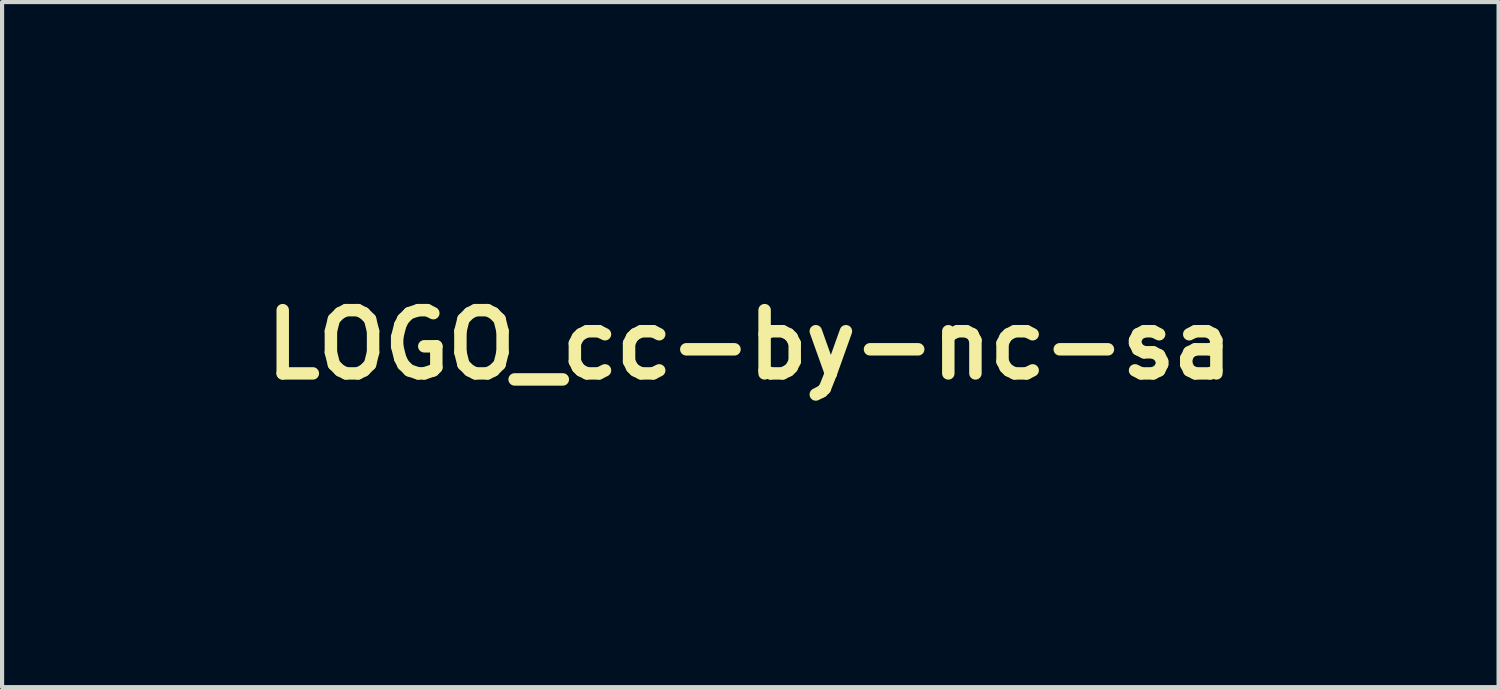
<source format=kicad_pcb>
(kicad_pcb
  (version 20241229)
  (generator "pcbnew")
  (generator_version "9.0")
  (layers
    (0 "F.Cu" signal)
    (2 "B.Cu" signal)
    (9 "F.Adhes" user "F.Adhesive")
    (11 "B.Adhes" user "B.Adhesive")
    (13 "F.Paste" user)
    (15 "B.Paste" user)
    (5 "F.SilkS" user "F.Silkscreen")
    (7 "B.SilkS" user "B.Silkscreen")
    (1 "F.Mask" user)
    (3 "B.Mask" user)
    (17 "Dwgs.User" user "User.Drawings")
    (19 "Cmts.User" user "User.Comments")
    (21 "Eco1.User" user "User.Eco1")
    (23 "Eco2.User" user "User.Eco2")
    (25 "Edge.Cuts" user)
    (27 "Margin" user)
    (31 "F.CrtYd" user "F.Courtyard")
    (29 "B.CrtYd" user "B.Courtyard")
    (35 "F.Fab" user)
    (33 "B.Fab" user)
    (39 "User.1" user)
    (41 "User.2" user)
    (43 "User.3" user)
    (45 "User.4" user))
  (footprint "LOGO_cc-by-nc-sa"
    (layer "F.Cu")
    (at 15.011 5.258)
    (property "Reference" "LOGO_cc-by-nc-sa" (at 0 0 0) (layer "F.SilkS") (effects (font (size 1.524 1.524) (thickness 0.3))))
    (attr board_only exclude_from_pos_files exclude_from_bom)
    (fp_poly (pts (xy -2.885 3.243) (xy -2.765 3.304) (xy -2.715 3.408) (xy -2.714 3.436) (xy -2.753 3.526) (xy -2.869 3.582) (xy -3.062 3.604) (xy -3.093 3.604) (xy -3.308 3.604) (xy -3.308 3.223) (xy -3.077 3.223)) (stroke (width 0) (type solid)) (fill yes) (layer "F.Mask"))
    (fp_poly (pts (xy 11.598 3.607) (xy 11.643 3.743) (xy 11.679 3.849) (xy 11.693 3.891) (xy 11.677 3.925) (xy 11.591 3.942) (xy 11.514 3.944) (xy 11.395 3.94) (xy 11.342 3.924) (xy 11.336 3.883) (xy 11.346 3.848) (xy 11.379 3.75) (xy 11.428 3.617) (xy 11.449 3.565) (xy 11.522 3.376)) (stroke (width 0) (type solid)) (fill yes) (layer "F.Mask"))
    (fp_poly (pts (xy -1.857 -3.305) (xy -1.737 -3.209) (xy -1.665 -3.071) (xy -1.654 -2.98) (xy -1.69 -2.821) (xy -1.784 -2.696) (xy -1.916 -2.616) (xy -2.067 -2.588) (xy -2.217 -2.623) (xy -2.313 -2.691) (xy -2.406 -2.836) (xy -2.429 -3.001) (xy -2.382 -3.159) (xy -2.306 -3.255) (xy -2.162 -3.336) (xy -2.006 -3.35)) (stroke (width 0) (type solid)) (fill yes) (layer "F.Mask"))
    (fp_poly (pts (xy -2.897 3.87) (xy -2.766 3.906) (xy -2.695 3.974) (xy -2.672 4.081) (xy -2.671 4.092) (xy -2.684 4.202) (xy -2.734 4.262) (xy -2.78 4.284) (xy -2.886 4.309) (xy -3.021 4.322) (xy -3.153 4.323) (xy -3.251 4.31) (xy -3.279 4.297) (xy -3.296 4.241) (xy -3.306 4.131) (xy -3.308 4.064) (xy -3.308 3.859) (xy -3.098 3.859)) (stroke (width 0) (type solid)) (fill yes) (layer "F.Mask"))
    (fp_poly (pts (xy -1.794 -2.416) (xy -1.608 -2.41) (xy -1.48 -2.4) (xy -1.399 -2.384) (xy -1.35 -2.36) (xy -1.339 -2.35) (xy -1.312 -2.308) (xy -1.293 -2.237) (xy -1.281 -2.123) (xy -1.274 -1.954) (xy -1.272 -1.714) (xy -1.272 -1.674) (xy -1.272 -1.065) (xy -1.431 -1.052) (xy -1.59 -1.039) (xy -1.602 -0.329) (xy -1.613 0.382) (xy -2.029 0.382) (xy -2.209 0.379) (xy -2.356 0.372) (xy -2.451 0.361) (xy -2.474 0.353) (xy -2.483 0.303) (xy -2.491 0.184) (xy -2.497 0.009) (xy -2.501 -0.207) (xy -2.502 -0.368) (xy -2.502 -1.06) (xy -2.799 -1.06) (xy -2.799 -1.688) (xy -2.796 -1.974) (xy -2.786 -2.18) (xy -2.77 -2.31) (xy -2.748 -2.366) (xy -2.688 -2.389) (xy -2.557 -2.405) (xy -2.35 -2.414) (xy -2.064 -2.417) (xy -2.051 -2.417)) (stroke (width 0) (type solid)) (fill yes) (layer "F.Mask"))
    (fp_poly (pts (xy -10.421 -1.495) (xy -10.168 -1.368) (xy -10.023 -1.248) (xy -9.929 -1.144) (xy -9.869 -1.062) (xy -9.857 -1.021) (xy -9.906 -0.982) (xy -10.006 -0.923) (xy -10.097 -0.875) (xy -10.313 -0.767) (xy -10.452 -0.914) (xy -10.554 -1.008) (xy -10.652 -1.05) (xy -10.781 -1.06) (xy -10.981 -1.025) (xy -11.14 -0.925) (xy -11.243 -0.77) (xy -11.244 -0.768) (xy -11.274 -0.633) (xy -11.286 -0.452) (xy -11.281 -0.254) (xy -11.261 -0.072) (xy -11.226 0.063) (xy -11.218 0.081) (xy -11.1 0.226) (xy -10.942 0.311) (xy -10.763 0.331) (xy -10.583 0.287) (xy -10.422 0.175) (xy -10.406 0.159) (xy -10.275 0.016) (xy -10.056 0.123) (xy -9.938 0.186) (xy -9.859 0.239) (xy -9.838 0.263) (xy -9.869 0.327) (xy -9.949 0.422) (xy -10.059 0.53) (xy -10.179 0.633) (xy -10.291 0.713) (xy -10.322 0.73) (xy -10.547 0.807) (xy -10.811 0.837) (xy -11.08 0.818) (xy -11.272 0.77) (xy -11.534 0.633) (xy -11.747 0.429) (xy -11.879 0.216) (xy -11.928 0.096) (xy -11.957 -0.032) (xy -11.97 -0.195) (xy -11.972 -0.36) (xy -11.96 -0.624) (xy -11.923 -0.828) (xy -11.852 -1) (xy -11.74 -1.162) (xy -11.722 -1.183) (xy -11.512 -1.37) (xy -11.261 -1.495) (xy -10.984 -1.558) (xy -10.698 -1.558)) (stroke (width 0) (type solid)) (fill yes) (layer "F.Mask"))
    (fp_poly (pts (xy -8.319 -1.539) (xy -8.052 -1.452) (xy -7.82 -1.304) (xy -7.724 -1.21) (xy -7.645 -1.114) (xy -7.597 -1.043) (xy -7.59 -1.025) (xy -7.625 -0.991) (xy -7.717 -0.935) (xy -7.826 -0.877) (xy -8.061 -0.762) (xy -8.202 -0.911) (xy -8.305 -1.006) (xy -8.402 -1.05) (xy -8.529 -1.06) (xy -8.733 -1.027) (xy -8.886 -0.928) (xy -8.987 -0.761) (xy -9.038 -0.527) (xy -9.045 -0.382) (xy -9.02 -0.105) (xy -8.945 0.106) (xy -8.819 0.251) (xy -8.644 0.327) (xy -8.515 0.339) (xy -8.369 0.313) (xy -8.227 0.246) (xy -8.118 0.155) (xy -8.079 0.089) (xy -8.061 0.044) (xy -8.03 0.029) (xy -7.966 0.048) (xy -7.851 0.102) (xy -7.821 0.116) (xy -7.699 0.184) (xy -7.615 0.245) (xy -7.59 0.279) (xy -7.622 0.348) (xy -7.705 0.446) (xy -7.819 0.555) (xy -7.944 0.656) (xy -8.062 0.731) (xy -8.078 0.739) (xy -8.247 0.793) (xy -8.461 0.825) (xy -8.685 0.834) (xy -8.882 0.816) (xy -8.944 0.801) (xy -9.173 0.695) (xy -9.387 0.531) (xy -9.553 0.336) (xy -9.572 0.306) (xy -9.624 0.211) (xy -9.658 0.124) (xy -9.678 0.024) (xy -9.687 -0.112) (xy -9.689 -0.306) (xy -9.689 -0.36) (xy -9.684 -0.611) (xy -9.664 -0.799) (xy -9.622 -0.945) (xy -9.548 -1.072) (xy -9.437 -1.202) (xy -9.363 -1.275) (xy -9.141 -1.434) (xy -8.881 -1.531) (xy -8.601 -1.566)) (stroke (width 0) (type solid)) (fill yes) (layer "F.Mask"))
    (fp_poly (pts (xy 11.341 -2.986) (xy 11.495 -2.953) (xy 11.795 -2.822) (xy 12.049 -2.622) (xy 12.248 -2.36) (xy 12.288 -2.288) (xy 12.433 -1.921) (xy 12.494 -1.556) (xy 12.471 -1.197) (xy 12.471 -1.195) (xy 12.367 -0.834) (xy 12.202 -0.527) (xy 11.979 -0.279) (xy 11.702 -0.092) (xy 11.375 0.027) (xy 11.33 0.037) (xy 11.088 0.075) (xy 10.877 0.073) (xy 10.655 0.031) (xy 10.635 0.025) (xy 10.365 -0.085) (xy 10.127 -0.255) (xy 9.937 -0.469) (xy 9.811 -0.712) (xy 9.793 -0.772) (xy 9.758 -0.894) (xy 9.729 -0.986) (xy 9.725 -0.999) (xy 9.727 -1.029) (xy 9.772 -1.048) (xy 9.874 -1.057) (xy 10.045 -1.06) (xy 10.057 -1.06) (xy 10.413 -1.06) (xy 10.475 -0.884) (xy 10.568 -0.709) (xy 10.709 -0.595) (xy 10.909 -0.532) (xy 10.965 -0.524) (xy 11.203 -0.532) (xy 11.405 -0.614) (xy 11.566 -0.764) (xy 11.682 -0.978) (xy 11.749 -1.25) (xy 11.765 -1.484) (xy 11.741 -1.8) (xy 11.665 -2.057) (xy 11.541 -2.251) (xy 11.374 -2.377) (xy 11.164 -2.434) (xy 10.917 -2.417) (xy 10.902 -2.413) (xy 10.71 -2.348) (xy 10.578 -2.243) (xy 10.489 -2.09) (xy 10.446 -1.982) (xy 10.439 -1.93) (xy 10.472 -1.909) (xy 10.518 -1.901) (xy 10.551 -1.886) (xy 10.545 -1.85) (xy 10.493 -1.783) (xy 10.388 -1.673) (xy 10.337 -1.622) (xy 10.069 -1.357) (xy 9.795 -1.633) (xy 9.669 -1.762) (xy 9.597 -1.843) (xy 9.573 -1.887) (xy 9.59 -1.905) (xy 9.63 -1.908) (xy 9.692 -1.918) (xy 9.737 -1.959) (xy 9.778 -2.051) (xy 9.813 -2.161) (xy 9.927 -2.419) (xy 10.099 -2.652) (xy 10.31 -2.836) (xy 10.405 -2.893) (xy 10.593 -2.958) (xy 10.831 -2.997) (xy 11.091 -3.007)) (stroke (width 0) (type solid)) (fill yes) (layer "F.Mask"))
    (fp_poly (pts (xy -1.514 -4.358) (xy -1.07 -4.24) (xy -0.649 -4.056) (xy -0.262 -3.808) (xy 0.083 -3.499) (xy 0.377 -3.133) (xy 0.531 -2.875) (xy 0.699 -2.474) (xy 0.805 -2.038) (xy 0.849 -1.584) (xy 0.831 -1.13) (xy 0.751 -0.693) (xy 0.608 -0.291) (xy 0.552 -0.177) (xy 0.28 0.246) (xy -0.053 0.611) (xy -0.443 0.915) (xy -0.886 1.154) (xy -1.187 1.27) (xy -1.402 1.321) (xy -1.671 1.359) (xy -1.963 1.38) (xy -2.249 1.383) (xy -2.497 1.367) (xy -2.573 1.356) (xy -3.019 1.233) (xy -3.439 1.036) (xy -3.827 0.773) (xy -4.171 0.453) (xy -4.464 0.084) (xy -4.696 -0.325) (xy -4.858 -0.766) (xy -4.879 -0.848) (xy -4.914 -1.067) (xy -4.93 -1.339) (xy -4.93 -1.357) (xy -4.413 -1.357) (xy -4.389 -1.068) (xy -4.344 -0.848) (xy -4.198 -0.491) (xy -3.982 -0.147) (xy -3.709 0.168) (xy -3.396 0.438) (xy -3.056 0.65) (xy -2.835 0.745) (xy -2.514 0.827) (xy -2.153 0.864) (xy -1.785 0.854) (xy -1.443 0.798) (xy -1.394 0.784) (xy -1.08 0.671) (xy -0.796 0.515) (xy -0.521 0.301) (xy -0.359 0.148) (xy -0.072 -0.18) (xy 0.135 -0.52) (xy 0.268 -0.885) (xy 0.332 -1.287) (xy 0.339 -1.505) (xy 0.3 -1.953) (xy 0.183 -2.368) (xy -0.013 -2.75) (xy -0.288 -3.101) (xy -0.402 -3.217) (xy -0.764 -3.508) (xy -1.152 -3.719) (xy -1.562 -3.848) (xy -1.992 -3.896) (xy -2.44 -3.861) (xy -2.555 -3.839) (xy -2.936 -3.717) (xy -3.298 -3.522) (xy -3.63 -3.266) (xy -3.919 -2.96) (xy -4.152 -2.616) (xy -4.316 -2.245) (xy -4.328 -2.208) (xy -4.382 -1.959) (xy -4.41 -1.665) (xy -4.413 -1.357) (xy -4.93 -1.357) (xy -4.929 -1.633) (xy -4.911 -1.918) (xy -4.876 -2.165) (xy -4.857 -2.247) (xy -4.707 -2.663) (xy -4.487 -3.062) (xy -4.208 -3.429) (xy -3.883 -3.751) (xy -3.525 -4.011) (xy -3.35 -4.107) (xy -2.901 -4.284) (xy -2.439 -4.383) (xy -1.974 -4.406)) (stroke (width 0) (type solid)) (fill yes) (layer "F.Mask"))
    (fp_poly (pts (xy 11.371 -4.385) (xy 11.79 -4.316) (xy 12 -4.256) (xy 12.319 -4.115) (xy 12.647 -3.912) (xy 12.964 -3.663) (xy 13.248 -3.386) (xy 13.479 -3.096) (xy 13.563 -2.961) (xy 13.756 -2.537) (xy 13.879 -2.085) (xy 13.931 -1.618) (xy 13.913 -1.149) (xy 13.824 -0.693) (xy 13.665 -0.263) (xy 13.541 -0.032) (xy 13.252 0.366) (xy 12.902 0.71) (xy 12.502 0.994) (xy 12.062 1.208) (xy 11.818 1.29) (xy 11.619 1.331) (xy 11.366 1.362) (xy 11.092 1.379) (xy 10.826 1.381) (xy 10.599 1.368) (xy 10.537 1.359) (xy 10.17 1.267) (xy 9.795 1.119) (xy 9.449 0.931) (xy 9.397 0.896) (xy 9.241 0.773) (xy 9.059 0.602) (xy 8.873 0.405) (xy 8.702 0.206) (xy 8.569 0.026) (xy 8.564 0.019) (xy 8.395 -0.273) (xy 8.275 -0.561) (xy 8.199 -0.87) (xy 8.159 -1.224) (xy 8.15 -1.399) (xy 8.15 -1.505) (xy 8.65 -1.505) (xy 8.685 -1.075) (xy 8.791 -0.682) (xy 8.973 -0.318) (xy 9.233 0.027) (xy 9.35 0.151) (xy 9.685 0.436) (xy 10.05 0.655) (xy 10.434 0.799) (xy 10.771 0.86) (xy 11.022 0.866) (xy 11.303 0.846) (xy 11.574 0.804) (xy 11.767 0.754) (xy 12.148 0.588) (xy 12.507 0.344) (xy 12.75 0.124) (xy 13.022 -0.197) (xy 13.217 -0.543) (xy 13.341 -0.922) (xy 13.396 -1.345) (xy 13.4 -1.505) (xy 13.367 -1.948) (xy 13.267 -2.344) (xy 13.095 -2.706) (xy 12.846 -3.045) (xy 12.698 -3.202) (xy 12.351 -3.489) (xy 11.976 -3.701) (xy 11.579 -3.838) (xy 11.171 -3.899) (xy 10.76 -3.885) (xy 10.355 -3.795) (xy 9.965 -3.63) (xy 9.599 -3.389) (xy 9.37 -3.184) (xy 9.078 -2.847) (xy 8.865 -2.502) (xy 8.727 -2.136) (xy 8.66 -1.738) (xy 8.65 -1.505) (xy 8.15 -1.505) (xy 8.149 -1.743) (xy 8.173 -2.03) (xy 8.226 -2.289) (xy 8.315 -2.546) (xy 8.422 -2.783) (xy 8.644 -3.154) (xy 8.929 -3.503) (xy 9.259 -3.811) (xy 9.614 -4.06) (xy 9.731 -4.123) (xy 10.092 -4.267) (xy 10.5 -4.359) (xy 10.934 -4.399)) (stroke (width 0) (type solid)) (fill yes) (layer "F.Mask"))
    (fp_poly (pts (xy -9.493 -4.254) (xy -9.154 -4.229) (xy -8.86 -4.185) (xy -8.756 -4.161) (xy -8.227 -3.975) (xy -7.734 -3.718) (xy -7.284 -3.395) (xy -6.883 -3.014) (xy -6.54 -2.581) (xy -6.259 -2.104) (xy -6.048 -1.589) (xy -5.955 -1.251) (xy -5.916 -1.015) (xy -5.89 -0.727) (xy -5.879 -0.412) (xy -5.881 -0.098) (xy -5.898 0.189) (xy -5.929 0.423) (xy -5.934 0.445) (xy -6.095 0.996) (xy -6.331 1.511) (xy -6.638 1.984) (xy -7.009 2.409) (xy -7.442 2.779) (xy -7.93 3.089) (xy -7.937 3.092) (xy -8.441 3.317) (xy -8.974 3.469) (xy -9.522 3.546) (xy -10.069 3.547) (xy -10.456 3.498) (xy -10.995 3.357) (xy -11.512 3.138) (xy -11.995 2.848) (xy -12.433 2.493) (xy -12.818 2.08) (xy -12.835 2.058) (xy -13.167 1.575) (xy -13.418 1.067) (xy -13.589 0.538) (xy -13.677 -0.012) (xy -13.682 -0.472) (xy -12.975 -0.472) (xy -12.962 -0.024) (xy -12.895 0.409) (xy -12.775 0.807) (xy -12.697 0.983) (xy -12.43 1.428) (xy -12.103 1.826) (xy -11.725 2.168) (xy -11.307 2.448) (xy -10.856 2.658) (xy -10.459 2.775) (xy -10.182 2.817) (xy -9.86 2.834) (xy -9.529 2.827) (xy -9.224 2.797) (xy -9.115 2.777) (xy -8.646 2.638) (xy -8.201 2.426) (xy -7.791 2.151) (xy -7.425 1.822) (xy -7.114 1.446) (xy -6.869 1.033) (xy -6.78 0.828) (xy -6.672 0.5) (xy -6.606 0.168) (xy -6.578 -0.193) (xy -6.583 -0.547) (xy -6.6 -0.819) (xy -6.628 -1.037) (xy -6.673 -1.234) (xy -6.718 -1.378) (xy -6.923 -1.858) (xy -7.197 -2.293) (xy -7.535 -2.676) (xy -7.93 -3.003) (xy -8.377 -3.268) (xy -8.802 -3.443) (xy -8.926 -3.481) (xy -9.043 -3.508) (xy -9.174 -3.525) (xy -9.335 -3.535) (xy -9.548 -3.54) (xy -9.774 -3.541) (xy -10.042 -3.539) (xy -10.245 -3.534) (xy -10.4 -3.523) (xy -10.527 -3.504) (xy -10.645 -3.475) (xy -10.749 -3.442) (xy -11.195 -3.251) (xy -11.616 -2.985) (xy -12.002 -2.654) (xy -12.342 -2.267) (xy -12.628 -1.833) (xy -12.696 -1.704) (xy -12.842 -1.333) (xy -12.936 -0.915) (xy -12.975 -0.472) (xy -13.682 -0.472) (xy -13.683 -0.578) (xy -13.682 -0.589) (xy -13.609 -1.158) (xy -13.467 -1.683) (xy -13.251 -2.173) (xy -12.957 -2.635) (xy -12.62 -3.038) (xy -12.215 -3.425) (xy -11.789 -3.735) (xy -11.33 -3.974) (xy -10.828 -4.152) (xy -10.792 -4.162) (xy -10.527 -4.214) (xy -10.205 -4.247) (xy -9.852 -4.26)) (stroke (width 0) (type solid)) (fill yes) (layer "F.Mask"))
    (fp_poly (pts (xy 4.943 -4.37) (xy 5.413 -4.265) (xy 5.852 -4.091) (xy 5.903 -4.065) (xy 6.146 -3.907) (xy 6.402 -3.693) (xy 6.65 -3.442) (xy 6.869 -3.174) (xy 7.041 -2.912) (xy 7.068 -2.862) (xy 7.211 -2.546) (xy 7.306 -2.242) (xy 7.36 -1.92) (xy 7.378 -1.551) (xy 7.378 -1.505) (xy 7.347 -1.015) (xy 7.251 -0.574) (xy 7.085 -0.172) (xy 6.847 0.2) (xy 6.574 0.511) (xy 6.192 0.842) (xy 5.783 1.093) (xy 5.346 1.264) (xy 4.877 1.358) (xy 4.647 1.375) (xy 4.45 1.381) (xy 4.272 1.382) (xy 4.139 1.378) (xy 4.092 1.374) (xy 3.628 1.265) (xy 3.191 1.081) (xy 2.788 0.829) (xy 2.429 0.517) (xy 2.121 0.154) (xy 1.875 -0.255) (xy 1.697 -0.7) (xy 1.667 -0.806) (xy 1.618 -1.081) (xy 1.597 -1.403) (xy 1.599 -1.493) (xy 2.114 -1.493) (xy 2.143 -1.086) (xy 2.235 -0.72) (xy 2.395 -0.382) (xy 2.63 -0.056) (xy 2.82 0.149) (xy 3.12 0.417) (xy 3.419 0.614) (xy 3.736 0.753) (xy 3.793 0.772) (xy 4.083 0.835) (xy 4.416 0.861) (xy 4.756 0.85) (xy 5.068 0.802) (xy 5.136 0.784) (xy 5.534 0.628) (xy 5.908 0.391) (xy 6.109 0.222) (xy 6.262 0.071) (xy 6.395 -0.076) (xy 6.496 -0.206) (xy 6.556 -0.305) (xy 6.565 -0.361) (xy 6.563 -0.363) (xy 6.519 -0.387) (xy 6.416 -0.436) (xy 6.271 -0.503) (xy 6.103 -0.579) (xy 5.927 -0.656) (xy 5.76 -0.729) (xy 5.621 -0.788) (xy 5.526 -0.827) (xy 5.491 -0.837) (xy 5.473 -0.795) (xy 5.437 -0.706) (xy 5.432 -0.694) (xy 5.312 -0.504) (xy 5.124 -0.35) (xy 4.911 -0.252) (xy 4.686 -0.176) (xy 4.673 0.039) (xy 4.663 0.166) (xy 4.642 0.229) (xy 4.593 0.252) (xy 4.514 0.254) (xy 4.368 0.254) (xy 4.368 -0.2) (xy 4.177 -0.227) (xy 4.04 -0.259) (xy 3.881 -0.315) (xy 3.728 -0.384) (xy 3.605 -0.454) (xy 3.539 -0.512) (xy 3.551 -0.565) (xy 3.611 -0.655) (xy 3.69 -0.743) (xy 3.87 -0.927) (xy 4.038 -0.816) (xy 4.207 -0.733) (xy 4.394 -0.687) (xy 4.574 -0.681) (xy 4.722 -0.715) (xy 4.787 -0.759) (xy 4.851 -0.863) (xy 4.875 -0.987) (xy 4.854 -1.095) (xy 4.823 -1.135) (xy 4.761 -1.171) (xy 4.644 -1.229) (xy 4.493 -1.297) (xy 4.452 -1.315) (xy 4.267 -1.396) (xy 4.08 -1.479) (xy 3.93 -1.546) (xy 3.922 -1.549) (xy 3.733 -1.634) (xy 3.514 -1.731) (xy 3.279 -1.836) (xy 3.04 -1.941) (xy 2.811 -2.042) (xy 2.604 -2.132) (xy 2.431 -2.207) (xy 2.306 -2.261) (xy 2.241 -2.288) (xy 2.235 -2.29) (xy 2.21 -2.251) (xy 2.184 -2.147) (xy 2.158 -2) (xy 2.135 -1.828) (xy 2.119 -1.652) (xy 2.114 -1.493) (xy 1.599 -1.493) (xy 1.603 -1.737) (xy 1.637 -2.051) (xy 1.673 -2.226) (xy 1.823 -2.651) (xy 1.913 -2.817) (xy 2.502 -2.817) (xy 2.528 -2.792) (xy 2.61 -2.746) (xy 2.754 -2.676) (xy 2.967 -2.578) (xy 3.169 -2.488) (xy 3.6 -2.297) (xy 3.685 -2.441) (xy 3.831 -2.61) (xy 4.031 -2.732) (xy 4.209 -2.783) (xy 4.368 -2.81) (xy 4.368 -3.265) (xy 4.66 -3.265) (xy 4.673 -3.043) (xy 4.686 -2.822) (xy 4.862 -2.792) (xy 4.986 -2.761) (xy 5.124 -2.711) (xy 5.252 -2.653) (xy 5.347 -2.598) (xy 5.385 -2.556) (xy 5.385 -2.556) (xy 5.358 -2.512) (xy 5.287 -2.429) (xy 5.213 -2.35) (xy 5.04 -2.175) (xy 4.886 -2.253) (xy 4.724 -2.311) (xy 4.557 -2.329) (xy 4.405 -2.311) (xy 4.284 -2.261) (xy 4.215 -2.183) (xy 4.206 -2.111) (xy 4.225 -2.08) (xy 4.277 -2.038) (xy 4.37 -1.982) (xy 4.51 -1.908) (xy 4.704 -1.814) (xy 4.959 -1.695) (xy 5.281 -1.547) (xy 5.47 -1.462) (xy 5.775 -1.326) (xy 6.056 -1.201) (xy 6.303 -1.092) (xy 6.507 -1.003) (xy 6.659 -0.938) (xy 6.749 -0.901) (xy 6.768 -0.895) (xy 6.805 -0.929) (xy 6.836 -1.02) (xy 6.842 -1.049) (xy 6.873 -1.422) (xy 6.849 -1.809) (xy 6.775 -2.186) (xy 6.656 -2.527) (xy 6.567 -2.7) (xy 6.309 -3.056) (xy 6.002 -3.352) (xy 5.656 -3.586) (xy 5.282 -3.755) (xy 4.887 -3.858) (xy 4.482 -3.893) (xy 4.077 -3.858) (xy 3.681 -3.751) (xy 3.304 -3.57) (xy 3.047 -3.391) (xy 2.929 -3.289) (xy 2.801 -3.167) (xy 2.68 -3.043) (xy 2.579 -2.931) (xy 2.516 -2.848) (xy 2.502 -2.817) (xy 1.913 -2.817) (xy 2.042 -3.054) (xy 2.32 -3.424) (xy 2.646 -3.747) (xy 3.009 -4.014) (xy 3.399 -4.212) (xy 3.52 -4.256) (xy 3.978 -4.367) (xy 4.458 -4.404)) (stroke (width 0) (type solid)) (fill yes) (layer "F.Mask"))
    (fp_poly (pts (xy 1.344 -5.258) (xy 2.584 -5.258) (xy 3.745 -5.258) (xy 4.829 -5.258) (xy 5.839 -5.257) (xy 6.777 -5.257) (xy 7.646 -5.257) (xy 8.45 -5.256) (xy 9.189 -5.256) (xy 9.868 -5.255) (xy 10.489 -5.254) (xy 11.054 -5.253) (xy 11.566 -5.252) (xy 12.028 -5.25) (xy 12.443 -5.249) (xy 12.812 -5.247) (xy 13.14 -5.245) (xy 13.428 -5.242) (xy 13.678 -5.24) (xy 13.895 -5.237) (xy 14.08 -5.233) (xy 14.236 -5.23) (xy 14.366 -5.226) (xy 14.472 -5.222) (xy 14.557 -5.217) (xy 14.624 -5.212) (xy 14.675 -5.206) (xy 14.713 -5.201) (xy 14.741 -5.194) (xy 14.761 -5.188) (xy 14.777 -5.181) (xy 14.786 -5.175) (xy 14.826 -5.153) (xy 14.862 -5.133) (xy 14.893 -5.113) (xy 14.921 -5.086) (xy 14.946 -5.05) (xy 14.967 -4.998) (xy 14.986 -4.927) (xy 15.001 -4.833) (xy 15.014 -4.709) (xy 15.024 -4.553) (xy 15.032 -4.36) (xy 15.039 -4.124) (xy 15.043 -3.842) (xy 15.046 -3.509) (xy 15.048 -3.121) (xy 15.048 -2.672) (xy 15.048 -2.159) (xy 15.047 -1.577) (xy 15.046 -0.921) (xy 15.044 -0.188) (xy 15.043 0.2) (xy 15.032 5.237) (xy 0.039 5.248) (xy -1.084 5.248) (xy -2.185 5.249) (xy -3.261 5.249) (xy -4.309 5.249) (xy -5.327 5.249) (xy -6.311 5.249) (xy -7.258 5.249) (xy -8.165 5.249) (xy -9.029 5.248) (xy -9.847 5.248) (xy -10.617 5.247) (xy -11.334 5.246) (xy -11.996 5.245) (xy -12.601 5.243) (xy -13.144 5.242) (xy -13.623 5.241) (xy -14.035 5.239) (xy -14.377 5.237) (xy -14.645 5.236) (xy -14.838 5.234) (xy -14.951 5.232) (xy -14.983 5.23) (xy -14.986 5.185) (xy -14.99 5.06) (xy -14.993 4.861) (xy -14.996 4.593) (xy -14.999 4.261) (xy -15.002 3.87) (xy -15.004 3.427) (xy -15.006 2.935) (xy -15.008 2.401) (xy -15.009 1.829) (xy -15.01 1.224) (xy -15.011 0.593) (xy -15.011 0.182) (xy -15.011 -0.59) (xy -15.011 -1.282) (xy -15.011 -1.898) (xy -15.011 -2.443) (xy -15.01 -2.921) (xy -15.008 -3.337) (xy -15.004 -3.695) (xy -15 -4) (xy -14.994 -4.257) (xy -14.986 -4.469) (xy -14.977 -4.642) (xy -14.965 -4.78) (xy -14.963 -4.796) (xy -14.757 -4.796) (xy -14.757 2.12) (xy -13.674 2.12) (xy -13.54 2.343) (xy -13.349 2.62) (xy -13.106 2.911) (xy -12.832 3.192) (xy -12.55 3.44) (xy -12.475 3.497) (xy -11.956 3.839) (xy -11.412 4.101) (xy -10.835 4.287) (xy -10.347 4.383) (xy -10.198 4.396) (xy -9.991 4.402) (xy -9.754 4.402) (xy -9.511 4.397) (xy -9.291 4.385) (xy -9.12 4.369) (xy -9.111 4.368) (xy -8.667 4.273) (xy -8.205 4.119) (xy -7.753 3.917) (xy -7.445 3.741) (xy -3.689 3.741) (xy -3.688 3.998) (xy -3.683 4.225) (xy -3.677 4.41) (xy -3.668 4.538) (xy -3.658 4.597) (xy -3.657 4.598) (xy -3.605 4.61) (xy -3.485 4.616) (xy -3.318 4.617) (xy -3.138 4.613) (xy -2.883 4.599) (xy -2.697 4.577) (xy -2.567 4.546) (xy -2.509 4.521) (xy -2.363 4.4) (xy -2.282 4.236) (xy -2.272 4.047) (xy -2.288 3.975) (xy -2.358 3.834) (xy -2.441 3.765) (xy -2.546 3.717) (xy -2.458 3.624) (xy -2.39 3.517) (xy -2.348 3.385) (xy -2.347 3.383) (xy -2.342 3.274) (xy -2.378 3.183) (xy -2.451 3.091) (xy -2.58 2.947) (xy -2.651 2.945) (xy -2.205 2.945) (xy -2.184 2.987) (xy -2.127 3.086) (xy -2.043 3.231) (xy -1.938 3.407) (xy -1.908 3.456) (xy -1.789 3.654) (xy -1.707 3.799) (xy -1.655 3.908) (xy -1.627 4.001) (xy -1.614 4.095) (xy -1.611 4.21) (xy -1.611 4.256) (xy -1.608 4.411) (xy -1.598 4.531) (xy -1.585 4.592) (xy -1.583 4.594) (xy -1.526 4.612) (xy -1.42 4.622) (xy -1.392 4.622) (xy -1.23 4.622) (xy -1.23 3.962) (xy -0.933 3.476) (xy -0.824 3.295) (xy -0.733 3.139) (xy -0.668 3.024) (xy -0.638 2.963) (xy -0.637 2.958) (xy -0.674 2.939) (xy -0.771 2.928) (xy -0.837 2.926) (xy -0.947 2.93) (xy -1.018 2.949) (xy -1.074 3.003) (xy -1.138 3.106) (xy -1.174 3.17) (xy -1.276 3.355) (xy -1.349 3.469) (xy -1.404 3.515) (xy -1.456 3.495) (xy -1.517 3.412) (xy -1.601 3.267) (xy -1.611 3.249) (xy -1.796 2.926) (xy 2.799 2.926) (xy 2.799 4.622) (xy 3.138 4.622) (xy 3.138 3.501) (xy 3.44 3.987) (xy 3.582 4.215) (xy 3.689 4.381) (xy 3.77 4.494) (xy 3.835 4.565) (xy 3.893 4.603) (xy 3.953 4.619) (xy 4.024 4.622) (xy 4.035 4.622) (xy 4.198 4.622) (xy 4.198 3.731) (xy 4.455 3.731) (xy 4.462 3.942) (xy 4.497 4.122) (xy 4.518 4.175) (xy 4.661 4.386) (xy 4.854 4.536) (xy 5.081 4.62) (xy 5.328 4.634) (xy 5.582 4.571) (xy 5.63 4.55) (xy 5.799 4.426) (xy 5.919 4.248) (xy 5.966 4.092) (xy 5.967 4.086) (xy 9.266 4.086) (xy 9.274 4.177) (xy 9.301 4.249) (xy 9.425 4.442) (xy 9.603 4.569) (xy 9.757 4.618) (xy 9.9 4.646) (xy 9.995 4.656) (xy 10.078 4.648) (xy 10.184 4.62) (xy 10.247 4.601) (xy 10.346 4.564) (xy 10.728 4.564) (xy 10.751 4.604) (xy 10.829 4.617) (xy 10.905 4.614) (xy 11.017 4.599) (xy 11.08 4.561) (xy 11.123 4.475) (xy 11.142 4.421) (xy 11.202 4.24) (xy 11.813 4.24) (xy 11.879 4.421) (xy 11.929 4.536) (xy 11.986 4.592) (xy 12.074 4.614) (xy 12.082 4.614) (xy 12.224 4.62) (xy 12.294 4.593) (xy 12.302 4.519) (xy 12.258 4.386) (xy 12.255 4.38) (xy 12.212 4.267) (xy 12.146 4.095) (xy 12.067 3.884) (xy 11.981 3.654) (xy 11.947 3.562) (xy 11.719 2.947) (xy 11.525 2.934) (xy 11.331 2.922) (xy 11.255 3.125) (xy 11.212 3.239) (xy 11.147 3.412) (xy 11.066 3.622) (xy 10.98 3.848) (xy 10.954 3.915) (xy 10.874 4.126) (xy 10.807 4.313) (xy 10.757 4.458) (xy 10.731 4.547) (xy 10.728 4.564) (xy 10.346 4.564) (xy 10.385 4.549) (xy 10.496 4.489) (xy 10.532 4.459) (xy 10.619 4.312) (xy 10.654 4.141) (xy 10.639 3.969) (xy 10.574 3.824) (xy 10.5 3.752) (xy 10.404 3.705) (xy 10.265 3.652) (xy 10.174 3.623) (xy 9.971 3.563) (xy 9.837 3.515) (xy 9.758 3.471) (xy 9.72 3.424) (xy 9.711 3.367) (xy 9.711 3.365) (xy 9.745 3.269) (xy 9.831 3.213) (xy 9.947 3.198) (xy 10.07 3.225) (xy 10.175 3.296) (xy 10.205 3.334) (xy 10.278 3.406) (xy 10.386 3.433) (xy 10.436 3.435) (xy 10.544 3.428) (xy 10.59 3.4) (xy 10.601 3.332) (xy 10.601 3.329) (xy 10.562 3.187) (xy 10.456 3.064) (xy 10.3 2.969) (xy 10.112 2.91) (xy 9.909 2.896) (xy 9.764 2.918) (xy 9.557 3.005) (xy 9.416 3.131) (xy 9.34 3.282) (xy 9.329 3.443) (xy 9.384 3.599) (xy 9.504 3.736) (xy 9.689 3.838) (xy 9.756 3.86) (xy 10.005 3.935) (xy 10.175 4.005) (xy 10.273 4.074) (xy 10.306 4.147) (xy 10.279 4.229) (xy 10.278 4.23) (xy 10.205 4.28) (xy 10.081 4.312) (xy 9.937 4.32) (xy 9.806 4.303) (xy 9.755 4.284) (xy 9.678 4.208) (xy 9.643 4.133) (xy 9.611 4.063) (xy 9.547 4.033) (xy 9.454 4.028) (xy 9.324 4.041) (xy 9.266 4.086) (xy 5.967 4.086) (xy 5.99 3.944) (xy 5.816 3.944) (xy 5.701 3.951) (xy 5.643 3.983) (xy 5.615 4.05) (xy 5.548 4.173) (xy 5.432 4.273) (xy 5.299 4.323) (xy 5.271 4.325) (xy 5.113 4.292) (xy 4.971 4.204) (xy 4.885 4.093) (xy 4.846 3.943) (xy 4.836 3.755) (xy 4.855 3.57) (xy 4.898 3.434) (xy 4.997 3.303) (xy 5.134 3.237) (xy 5.275 3.223) (xy 5.388 3.238) (xy 5.479 3.299) (xy 5.543 3.371) (xy 5.636 3.47) (xy 5.728 3.512) (xy 5.82 3.52) (xy 5.928 3.511) (xy 5.973 3.477) (xy 5.979 3.441) (xy 5.944 3.318) (xy 5.851 3.182) (xy 5.72 3.057) (xy 5.599 2.979) (xy 5.359 2.901) (xy 5.12 2.902) (xy 4.894 2.976) (xy 4.697 3.117) (xy 4.544 3.321) (xy 4.522 3.365) (xy 4.474 3.527) (xy 4.455 3.731) (xy 4.198 3.731) (xy 4.198 2.926) (xy 3.859 2.926) (xy 3.859 4.047) (xy 3.509 3.486) (xy 3.16 2.926) (xy 2.799 2.926) (xy -1.796 2.926) (xy -2.001 2.926) (xy -2.119 2.929) (xy -2.193 2.939) (xy -2.205 2.945) (xy -2.651 2.945) (xy -3.134 2.932) (xy -3.689 2.917) (xy -3.689 3.741) (xy -7.445 3.741) (xy -7.338 3.68) (xy -7.166 3.561) (xy -6.916 3.358) (xy -6.661 3.118) (xy -6.417 2.861) (xy -6.201 2.604) (xy -6.029 2.365) (xy -5.953 2.237) (xy -5.892 2.12) (xy 14.799 2.12) (xy 14.799 -4.796) (xy 14.695 -4.9) (xy 14.591 -5.004) (xy -14.548 -5.004) (xy -14.653 -4.9) (xy -14.757 -4.796) (xy -14.963 -4.796) (xy -14.95 -4.887) (xy -14.933 -4.969) (xy -14.913 -5.028) (xy -14.89 -5.071) (xy -14.864 -5.102) (xy -14.833 -5.125) (xy -14.8 -5.144) (xy -14.762 -5.165) (xy -14.744 -5.175) (xy -14.731 -5.182) (xy -14.714 -5.19) (xy -14.692 -5.196) (xy -14.662 -5.202) (xy -14.621 -5.208) (xy -14.566 -5.213) (xy -14.494 -5.218) (xy -14.404 -5.223) (xy -14.292 -5.227) (xy -14.155 -5.231) (xy -13.992 -5.234) (xy -13.799 -5.237) (xy -13.574 -5.24) (xy -13.314 -5.243) (xy -13.016 -5.245) (xy -12.678 -5.247) (xy -12.297 -5.249) (xy -11.87 -5.251) (xy -11.395 -5.252) (xy -10.869 -5.253) (xy -10.29 -5.254) (xy -9.654 -5.255) (xy -8.96 -5.256) (xy -8.204 -5.256) (xy -7.383 -5.257) (xy -6.496 -5.257) (xy -5.54 -5.257) (xy -4.511 -5.258) (xy -3.407 -5.258) (xy -2.226 -5.258) (xy -0.964 -5.258) (xy 0.021 -5.258)) (stroke (width 0) (type solid)) (fill yes) (layer "F.Mask")))
  (gr_rect
    (start -3 -3)
    (end 33.06 13.507)
    (stroke (width 0.1) (type default))
    (fill no)
    (layer "Edge.Cuts")))
</source>
